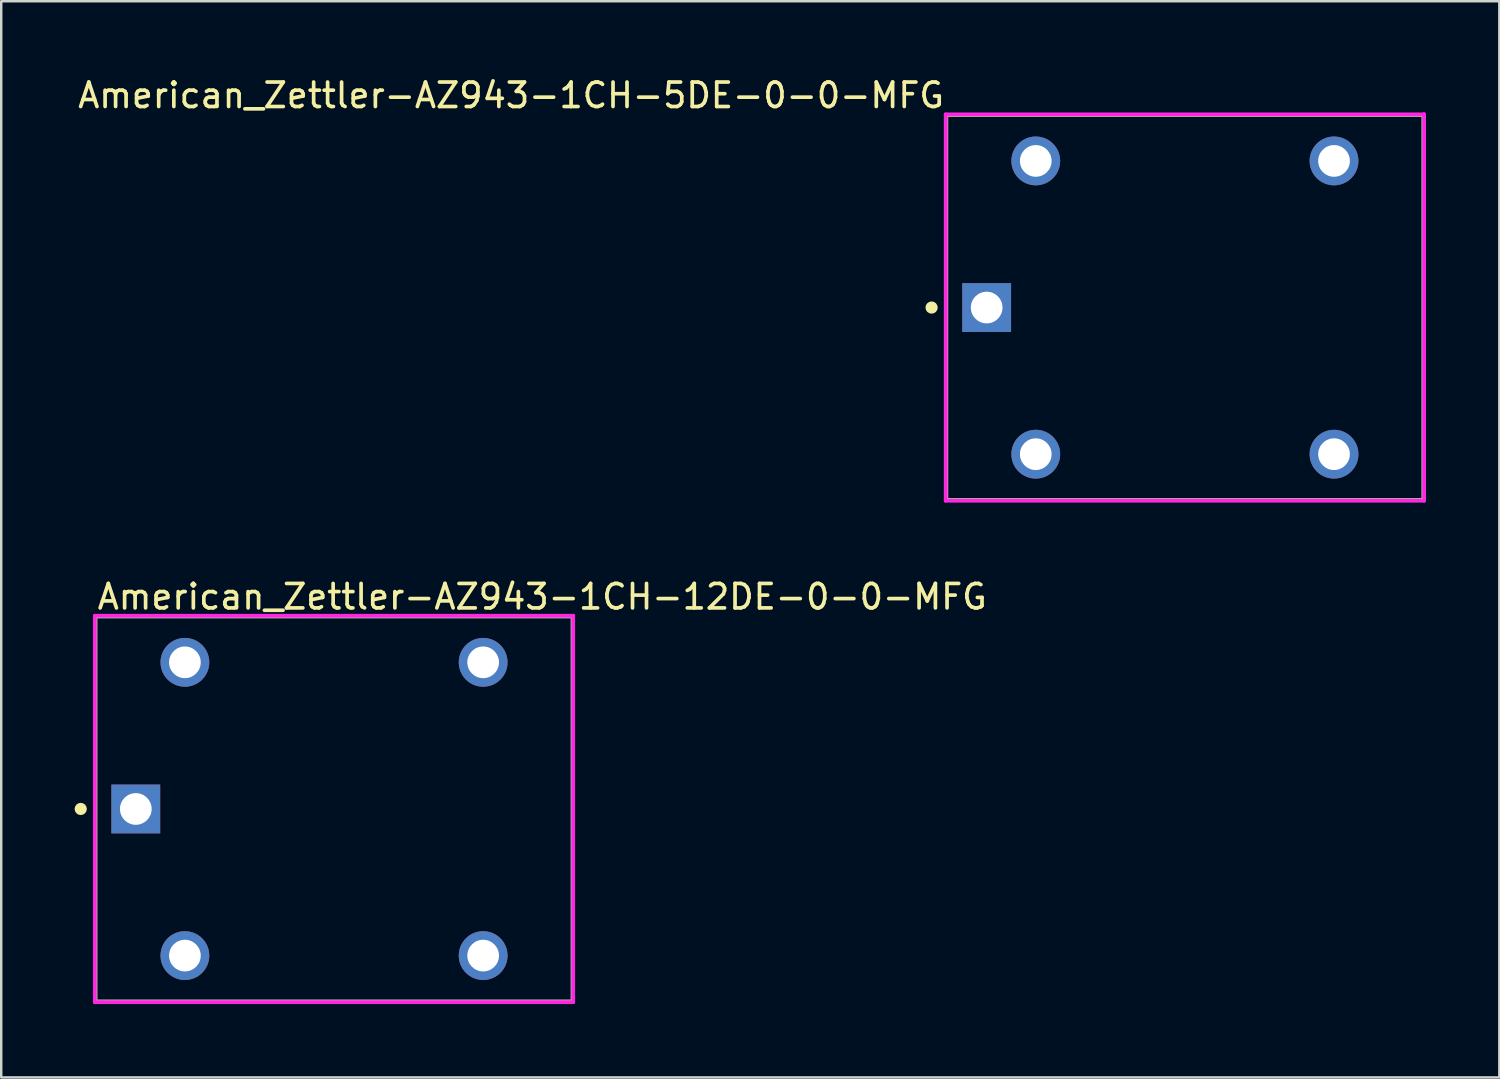
<source format=kicad_pcb>
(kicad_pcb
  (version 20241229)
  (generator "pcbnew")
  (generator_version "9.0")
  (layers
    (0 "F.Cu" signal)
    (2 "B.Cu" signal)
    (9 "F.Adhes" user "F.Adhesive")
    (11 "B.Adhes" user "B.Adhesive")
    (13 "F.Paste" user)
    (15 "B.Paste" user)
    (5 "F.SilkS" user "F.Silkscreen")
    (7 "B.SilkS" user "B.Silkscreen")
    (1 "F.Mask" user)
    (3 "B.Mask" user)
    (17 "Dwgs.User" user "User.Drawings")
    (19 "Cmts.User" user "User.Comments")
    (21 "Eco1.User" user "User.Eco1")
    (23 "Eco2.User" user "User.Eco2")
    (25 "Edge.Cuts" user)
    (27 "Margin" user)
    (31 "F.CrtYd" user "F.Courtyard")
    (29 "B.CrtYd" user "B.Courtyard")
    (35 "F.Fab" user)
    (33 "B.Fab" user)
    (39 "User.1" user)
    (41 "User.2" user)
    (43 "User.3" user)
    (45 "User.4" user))
  (footprint "American_Zettler-AZ943-1CH-12DE-0-0-MFG"
    (layer "F.Cu")
    (at 10.604 30.018)
    (property "Reference" "American_Zettler-AZ943-1CH-12DE-0-0-MFG" (at -9.754 -8.674 0) (layer "F.SilkS") (effects (font (size 1 1) (thickness 0.15)) (justify left)))
    (attr through_hole)
    (fp_line (start -9.754 -7.874) (end 9.754 -7.874) (stroke (width 0.15) (type solid)) (layer "F.SilkS"))
    (fp_line (start -9.754 7.874) (end -9.754 -7.874) (stroke (width 0.15) (type solid)) (layer "F.SilkS"))
    (fp_line (start -9.754 7.874) (end 9.754 7.874) (stroke (width 0.15) (type solid)) (layer "F.SilkS"))
    (fp_line (start 9.754 7.874) (end 9.754 -7.874) (stroke (width 0.15) (type solid)) (layer "F.SilkS"))
    (fp_circle (center -10.354 0) (end -10.229 0) (stroke (width 0.25) (type solid)) (fill no) (layer "F.SilkS"))
    (fp_line (start -9.779 -7.899) (end -9.779 7.899) (stroke (width 0.15) (type solid)) (layer "F.CrtYd"))
    (fp_line (start -9.779 7.899) (end 9.779 7.899) (stroke (width 0.15) (type solid)) (layer "F.CrtYd"))
    (fp_line (start 9.779 -7.899) (end -9.779 -7.899) (stroke (width 0.15) (type solid)) (layer "F.CrtYd"))
    (fp_line (start 9.779 -7.899) (end 9.779 -7.899) (stroke (width 0.15) (type solid)) (layer "F.CrtYd"))
    (fp_line (start 9.779 7.899) (end 9.779 -7.899) (stroke (width 0.15) (type solid)) (layer "F.CrtYd"))
    (fp_line (start -9.754 -7.874) (end 9.754 -7.874) (stroke (width 0.15) (type solid)) (layer "F.Fab"))
    (fp_line (start -9.754 7.874) (end -9.754 -7.874) (stroke (width 0.15) (type solid)) (layer "F.Fab"))
    (fp_line (start 9.754 -7.874) (end 9.754 7.874) (stroke (width 0.15) (type solid)) (layer "F.Fab"))
    (fp_line (start 9.754 7.874) (end -9.754 7.874) (stroke (width 0.15) (type solid)) (layer "F.Fab"))
    (pad "1" thru_hole rect (at -8.103 0) (size 1.995 1.995) (drill 1.295) (layers "*.Cu"))
    (pad "2" thru_hole circle (at -6.096 5.994) (size 1.995 1.995) (drill 1.295) (layers "*.Cu"))
    (pad "3" thru_hole circle (at 6.096 5.994) (size 1.995 1.995) (drill 1.295) (layers "*.Cu"))
    (pad "4" thru_hole circle (at 6.096 -5.994) (size 1.995 1.995) (drill 1.295) (layers "*.Cu"))
    (pad "5" thru_hole circle (at -6.096 -5.994) (size 1.995 1.995) (drill 1.295) (layers "*.Cu")))
  (footprint "American_Zettler-AZ943-1CH-5DE-0-0-MFG"
    (layer "F.Cu")
    (at 45.385 9.522)
    (property "Reference" "American_Zettler-AZ943-1CH-5DE-0-0-MFG" (at -9.754 -8.674 180) (layer "F.SilkS") (effects (font (size 1 1) (thickness 0.15)) (justify right)))
    (attr through_hole)
    (fp_line (start -9.754 -7.874) (end 9.754 -7.874) (stroke (width 0.15) (type solid)) (layer "F.SilkS"))
    (fp_line (start -9.754 7.874) (end -9.754 -7.874) (stroke (width 0.15) (type solid)) (layer "F.SilkS"))
    (fp_line (start -9.754 7.874) (end 9.754 7.874) (stroke (width 0.15) (type solid)) (layer "F.SilkS"))
    (fp_line (start 9.754 7.874) (end 9.754 -7.874) (stroke (width 0.15) (type solid)) (layer "F.SilkS"))
    (fp_circle (center -10.354 0) (end -10.229 0) (stroke (width 0.25) (type solid)) (fill no) (layer "F.SilkS"))
    (fp_line (start -9.779 -7.899) (end -9.779 7.899) (stroke (width 0.15) (type solid)) (layer "F.CrtYd"))
    (fp_line (start -9.779 7.899) (end 9.779 7.899) (stroke (width 0.15) (type solid)) (layer "F.CrtYd"))
    (fp_line (start 9.779 -7.899) (end -9.779 -7.899) (stroke (width 0.15) (type solid)) (layer "F.CrtYd"))
    (fp_line (start 9.779 -7.899) (end 9.779 -7.899) (stroke (width 0.15) (type solid)) (layer "F.CrtYd"))
    (fp_line (start 9.779 7.899) (end 9.779 -7.899) (stroke (width 0.15) (type solid)) (layer "F.CrtYd"))
    (fp_line (start -9.754 -7.874) (end 9.754 -7.874) (stroke (width 0.15) (type solid)) (layer "F.Fab"))
    (fp_line (start -9.754 7.874) (end -9.754 -7.874) (stroke (width 0.15) (type solid)) (layer "F.Fab"))
    (fp_line (start 9.754 -7.874) (end 9.754 7.874) (stroke (width 0.15) (type solid)) (layer "F.Fab"))
    (fp_line (start 9.754 7.874) (end -9.754 7.874) (stroke (width 0.15) (type solid)) (layer "F.Fab"))
    (pad "1" thru_hole rect (at -8.103 0) (size 1.995 1.995) (drill 1.295) (layers "*.Cu" "*.Mask"))
    (pad "2" thru_hole circle (at -6.096 5.994) (size 1.995 1.995) (drill 1.295) (layers "*.Cu" "*.Mask"))
    (pad "3" thru_hole circle (at 6.096 5.994) (size 1.995 1.995) (drill 1.295) (layers "*.Cu" "*.Mask"))
    (pad "4" thru_hole circle (at 6.096 -5.994) (size 1.995 1.995) (drill 1.295) (layers "*.Cu" "*.Mask"))
    (pad "5" thru_hole circle (at -6.096 -5.994) (size 1.995 1.995) (drill 1.295) (layers "*.Cu" "*.Mask")))
  (gr_rect
    (start -3 -3)
    (end 58.238 40.992)
    (stroke (width 0.1) (type default))
    (fill no)
    (layer "Edge.Cuts")))
</source>
